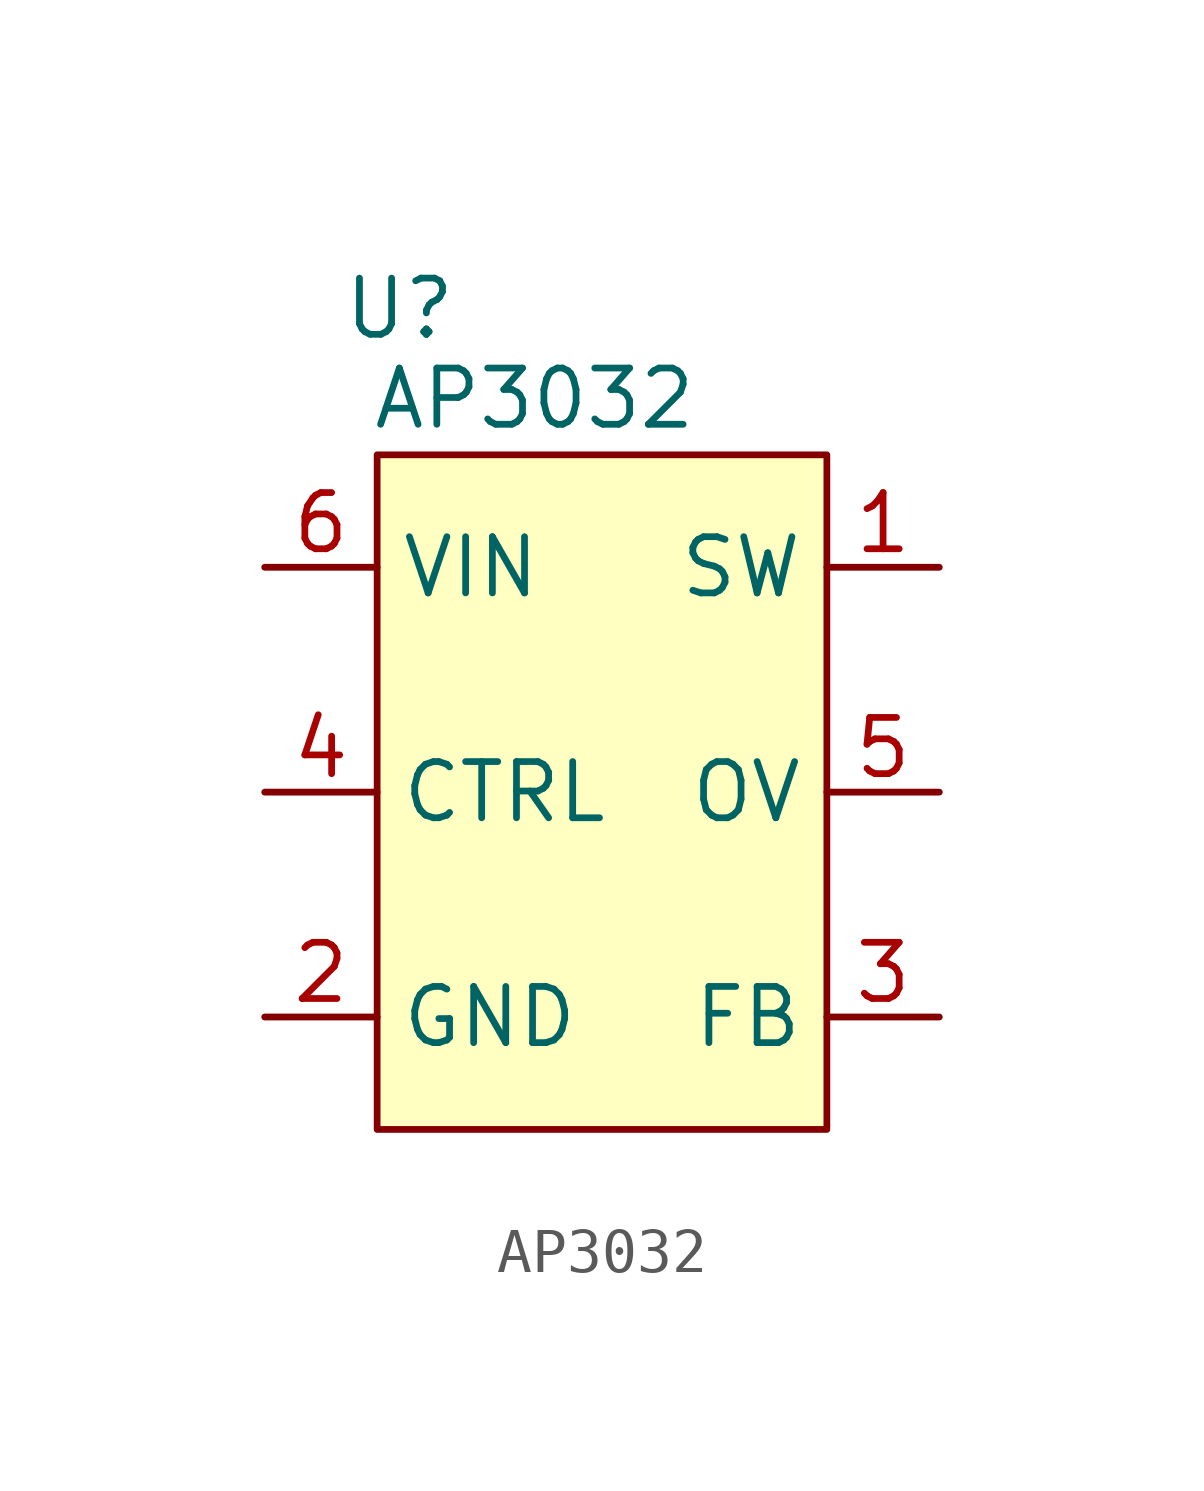
<source format=kicad_sym>
(kicad_symbol_lib
  (version 20241209)
  (generator "kicad_symbol_editor")
  (generator_version "9.0")
  (symbol "AP3032"
    (property "Reference" "U"
      (at -7.112 0.762 0)
      (effects (font (size 1.27 1.27))))
    (property "Value" "AP3032"
      (at -4.064 -1.27 0)
      (effects (font (size 1.27 1.27))))
    (symbol "AP3032_1_1"
      (rectangle (start -7.62 -2.54) (end 2.54 -17.78) (stroke (width 0) (type solid)) (fill (type color) (color 255 255 194 1)))
      (pin input line (at -10.16 -5.08 0) (length 2.54) (name "VIN" (effects (font (size 1.27 1.27)))) (number "6" (effects (font (size 1.27 1.27)))))
      (pin input line (at -10.16 -10.16 0) (length 2.54) (name "CTRL" (effects (font (size 1.27 1.27)))) (number "4" (effects (font (size 1.27 1.27)))))
      (pin input line (at -10.16 -15.24 0) (length 2.54) (name "GND" (effects (font (size 1.27 1.27)))) (number "2" (effects (font (size 1.27 1.27)))))
      (pin input line (at 5.08 -5.08 180) (length 2.54) (name "SW" (effects (font (size 1.27 1.27)))) (number "1" (effects (font (size 1.27 1.27)))))
      (pin input line (at 5.08 -10.16 180) (length 2.54) (name "OV" (effects (font (size 1.27 1.27)))) (number "5" (effects (font (size 1.27 1.27)))))
      (pin input line (at 5.08 -15.24 180) (length 2.54) (name "FB" (effects (font (size 1.27 1.27)))) (number "3" (effects (font (size 1.27 1.27))))))))
</source>
